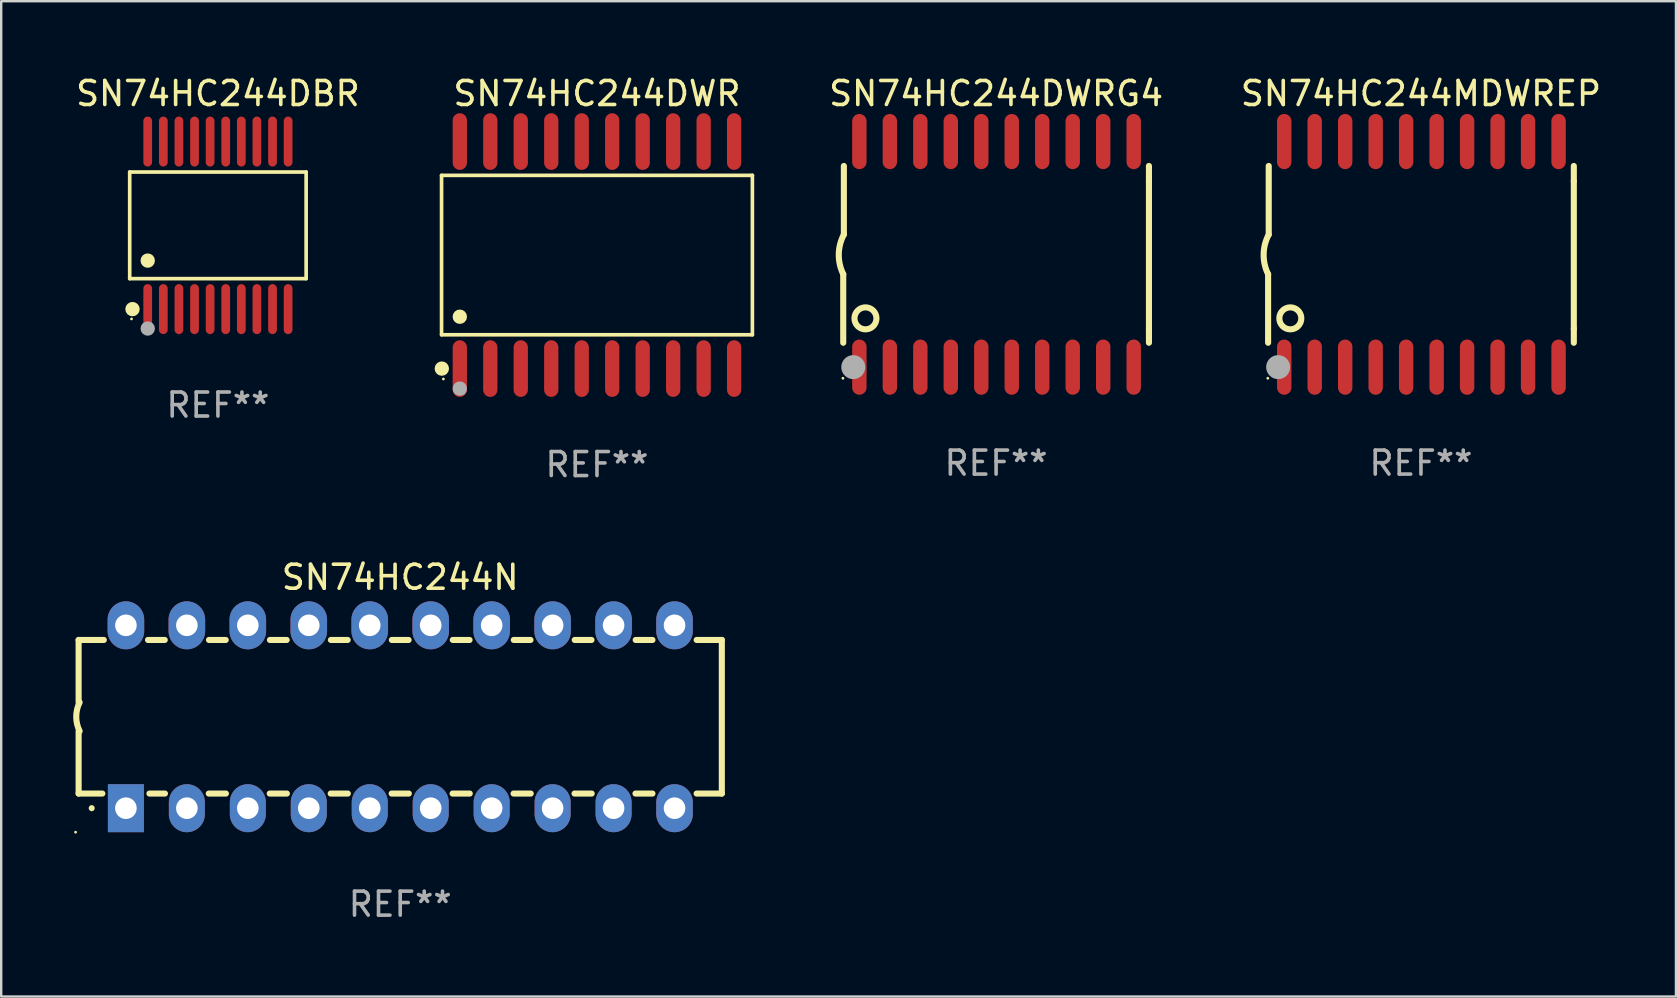
<source format=kicad_pcb>
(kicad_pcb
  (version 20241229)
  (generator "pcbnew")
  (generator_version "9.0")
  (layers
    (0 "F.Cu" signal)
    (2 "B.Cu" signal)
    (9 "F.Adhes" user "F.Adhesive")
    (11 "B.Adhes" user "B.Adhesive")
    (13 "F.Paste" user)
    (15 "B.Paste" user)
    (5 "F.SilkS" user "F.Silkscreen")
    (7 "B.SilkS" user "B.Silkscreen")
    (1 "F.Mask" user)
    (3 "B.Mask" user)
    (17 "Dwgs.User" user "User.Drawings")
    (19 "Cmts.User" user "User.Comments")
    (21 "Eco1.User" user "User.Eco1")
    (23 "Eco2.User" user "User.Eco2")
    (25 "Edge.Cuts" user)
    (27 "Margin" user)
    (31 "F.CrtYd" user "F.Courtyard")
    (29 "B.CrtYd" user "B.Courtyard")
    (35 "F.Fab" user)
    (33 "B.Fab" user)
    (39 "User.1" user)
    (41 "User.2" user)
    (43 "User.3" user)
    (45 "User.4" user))
  (footprint "SN74HC244MDWREP"
    (layer "F.Cu")
    (at 56.157 7.548)
    (property "Reference" "SN74HC244MDWREP" (at 0 -6.7 0) (layer "F.SilkS") (effects (font (size 1 1) (thickness 0.15))))
    (attr through_hole)
    (fp_line (start -6.369 0.826) (end -6.369 3.683) (stroke (width 0.254) (type solid)) (layer "F.SilkS"))
    (fp_line (start -6.343 -0.825) (end -6.343 -3.683) (stroke (width 0.254) (type solid)) (layer "F.SilkS"))
    (fp_line (start 6.369 -3.048) (end 6.369 -3.683) (stroke (width 0.254) (type solid)) (layer "F.SilkS"))
    (fp_line (start 6.369 -3.048) (end 6.369 3.096) (stroke (width 0.254) (type solid)) (layer "F.SilkS"))
    (fp_line (start 6.369 3.096) (end 6.369 3.683) (stroke (width 0.254) (type solid)) (layer "F.SilkS"))
    (fp_arc (start -6.36853 0.825552) (mid -6.554743 -0.00301) (end -6.343129 -0.825451) (stroke (width 0.254001) (type solid)) (layer "F.SilkS"))
    (fp_circle (center -6.382 5.163) (end -6.352 5.163) (stroke (width 0.06) (type solid)) (fill no) (layer "F.SilkS"))
    (fp_circle (center -5.443 2.667) (end -4.985 2.667) (stroke (width 0.254) (type solid)) (fill no) (layer "F.SilkS"))
    (fp_circle (center -5.951 4.699) (end -5.701 4.699) (stroke (width 0.5) (type solid)) (fill no) (layer "F.Fab"))
    (fp_text user "REF**" (at 0 8.7 0) (layer "F.Fab") (effects (font (size 1 1) (thickness 0.15))))
    (pad "1" smd oval (at -5.697 4.7 180) (size 0.6 2.3) (layers "F.Cu" "F.Mask" "F.Paste"))
    (pad "2" smd oval (at -4.427 4.7 180) (size 0.6 2.3) (layers "F.Cu" "F.Mask" "F.Paste"))
    (pad "3" smd oval (at -3.157 4.7 180) (size 0.6 2.3) (layers "F.Cu" "F.Mask" "F.Paste"))
    (pad "4" smd oval (at -1.887 4.7 180) (size 0.6 2.3) (layers "F.Cu" "F.Mask" "F.Paste"))
    (pad "5" smd oval (at -0.617 4.7 180) (size 0.6 2.3) (layers "F.Cu" "F.Mask" "F.Paste"))
    (pad "6" smd oval (at 0.653 4.7 180) (size 0.6 2.3) (layers "F.Cu" "F.Mask" "F.Paste"))
    (pad "7" smd oval (at 1.923 4.7 180) (size 0.6 2.3) (layers "F.Cu" "F.Mask" "F.Paste"))
    (pad "8" smd oval (at 3.193 4.7 180) (size 0.6 2.3) (layers "F.Cu" "F.Mask" "F.Paste"))
    (pad "9" smd oval (at 4.463 4.7 180) (size 0.6 2.3) (layers "F.Cu" "F.Mask" "F.Paste"))
    (pad "10" smd oval (at 5.734 4.7 180) (size 0.6 2.3) (layers "F.Cu" "F.Mask" "F.Paste"))
    (pad "11" smd oval (at 5.734 -4.7 180) (size 0.6 2.3) (layers "F.Cu" "F.Mask" "F.Paste"))
    (pad "12" smd oval (at 4.463 -4.7 180) (size 0.6 2.3) (layers "F.Cu" "F.Mask" "F.Paste"))
    (pad "13" smd oval (at 3.193 -4.7 180) (size 0.6 2.3) (layers "F.Cu" "F.Mask" "F.Paste"))
    (pad "14" smd oval (at 1.923 -4.7 180) (size 0.6 2.3) (layers "F.Cu" "F.Mask" "F.Paste"))
    (pad "15" smd oval (at 0.653 -4.7 180) (size 0.6 2.3) (layers "F.Cu" "F.Mask" "F.Paste"))
    (pad "16" smd oval (at -0.617 -4.7 180) (size 0.6 2.3) (layers "F.Cu" "F.Mask" "F.Paste"))
    (pad "17" smd oval (at -1.887 -4.7 180) (size 0.6 2.3) (layers "F.Cu" "F.Mask" "F.Paste"))
    (pad "18" smd oval (at -3.157 -4.7 180) (size 0.6 2.3) (layers "F.Cu" "F.Mask" "F.Paste"))
    (pad "19" smd oval (at -4.427 -4.7 180) (size 0.6 2.3) (layers "F.Cu" "F.Mask" "F.Paste"))
    (pad "20" smd oval (at -5.697 -4.7 180) (size 0.6 2.3) (layers "F.Cu" "F.Mask" "F.Paste")))
  (footprint "SN74HC244DWR"
    (layer "F.Cu")
    (at 21.824 7.578)
    (property "Reference" "SN74HC244DWR" (at 0 -6.73 0) (layer "F.SilkS") (effects (font (size 1 1) (thickness 0.15))))
    (attr through_hole)
    (fp_line (start -6.476 -3.321) (end 6.476 -3.321) (stroke (width 0.152) (type solid)) (layer "F.SilkS"))
    (fp_line (start -6.476 3.321) (end -6.476 -3.321) (stroke (width 0.152) (type solid)) (layer "F.SilkS"))
    (fp_line (start 6.476 -3.321) (end 6.476 3.321) (stroke (width 0.152) (type solid)) (layer "F.SilkS"))
    (fp_line (start 6.476 3.321) (end -6.476 3.321) (stroke (width 0.152) (type solid)) (layer "F.SilkS"))
    (fp_circle (center -6.465 4.73) (end -6.315 4.73) (stroke (width 0.3) (type solid)) (fill no) (layer "F.SilkS"))
    (fp_circle (center -6.4 5.163) (end -6.37 5.163) (stroke (width 0.06) (type solid)) (fill no) (layer "F.SilkS"))
    (fp_circle (center -5.715 2.569) (end -5.565 2.569) (stroke (width 0.3) (type solid)) (fill no) (layer "F.SilkS"))
    (fp_circle (center -5.715 5.563) (end -5.565 5.563) (stroke (width 0.3) (type solid)) (fill no) (layer "F.Fab"))
    (fp_text user "REF**" (at 0 8.73 0) (layer "F.Fab") (effects (font (size 1 1) (thickness 0.15))))
    (pad "1" smd oval (at -5.715 4.73) (size 0.595 2.36) (layers "F.Cu" "F.Mask" "F.Paste"))
    (pad "2" smd oval (at -4.445 4.73) (size 0.595 2.36) (layers "F.Cu" "F.Mask" "F.Paste"))
    (pad "3" smd oval (at -3.175 4.73) (size 0.595 2.36) (layers "F.Cu" "F.Mask" "F.Paste"))
    (pad "4" smd oval (at -1.905 4.73) (size 0.595 2.36) (layers "F.Cu" "F.Mask" "F.Paste"))
    (pad "5" smd oval (at -0.635 4.73) (size 0.595 2.36) (layers "F.Cu" "F.Mask" "F.Paste"))
    (pad "6" smd oval (at 0.635 4.73) (size 0.595 2.36) (layers "F.Cu" "F.Mask" "F.Paste"))
    (pad "7" smd oval (at 1.905 4.73) (size 0.595 2.36) (layers "F.Cu" "F.Mask" "F.Paste"))
    (pad "8" smd oval (at 3.175 4.73) (size 0.595 2.36) (layers "F.Cu" "F.Mask" "F.Paste"))
    (pad "9" smd oval (at 4.445 4.73) (size 0.595 2.36) (layers "F.Cu" "F.Mask" "F.Paste"))
    (pad "10" smd oval (at 5.715 4.73) (size 0.595 2.36) (layers "F.Cu" "F.Mask" "F.Paste"))
    (pad "11" smd oval (at 5.715 -4.73) (size 0.595 2.36) (layers "F.Cu" "F.Mask" "F.Paste"))
    (pad "12" smd oval (at 4.445 -4.73) (size 0.595 2.36) (layers "F.Cu" "F.Mask" "F.Paste"))
    (pad "13" smd oval (at 3.175 -4.73) (size 0.595 2.36) (layers "F.Cu" "F.Mask" "F.Paste"))
    (pad "14" smd oval (at 1.905 -4.73) (size 0.595 2.36) (layers "F.Cu" "F.Mask" "F.Paste"))
    (pad "15" smd oval (at 0.635 -4.73) (size 0.595 2.36) (layers "F.Cu" "F.Mask" "F.Paste"))
    (pad "16" smd oval (at -0.635 -4.73) (size 0.595 2.36) (layers "F.Cu" "F.Mask" "F.Paste"))
    (pad "17" smd oval (at -1.905 -4.73) (size 0.595 2.36) (layers "F.Cu" "F.Mask" "F.Paste"))
    (pad "18" smd oval (at -3.175 -4.73) (size 0.595 2.36) (layers "F.Cu" "F.Mask" "F.Paste"))
    (pad "19" smd oval (at -4.445 -4.73) (size 0.595 2.36) (layers "F.Cu" "F.Mask" "F.Paste"))
    (pad "20" smd oval (at -5.715 -4.73) (size 0.595 2.36) (layers "F.Cu" "F.Mask" "F.Paste")))
  (footprint "SN74HC244DWRG4"
    (layer "F.Cu")
    (at 38.454 7.548)
    (property "Reference" "SN74HC244DWRG4" (at 0 -6.7 0) (layer "F.SilkS") (effects (font (size 1 1) (thickness 0.15))))
    (attr through_hole)
    (fp_line (start -6.369 0.826) (end -6.369 3.683) (stroke (width 0.254) (type solid)) (layer "F.SilkS"))
    (fp_line (start -6.343 -0.825) (end -6.343 -3.683) (stroke (width 0.254) (type solid)) (layer "F.SilkS"))
    (fp_line (start 6.369 -3.048) (end 6.369 -3.683) (stroke (width 0.254) (type solid)) (layer "F.SilkS"))
    (fp_line (start 6.369 -3.048) (end 6.369 3.096) (stroke (width 0.254) (type solid)) (layer "F.SilkS"))
    (fp_line (start 6.369 3.096) (end 6.369 3.683) (stroke (width 0.254) (type solid)) (layer "F.SilkS"))
    (fp_arc (start -6.36853 0.825552) (mid -6.554743 -0.00301) (end -6.343129 -0.825451) (stroke (width 0.254001) (type solid)) (layer "F.SilkS"))
    (fp_circle (center -6.382 5.163) (end -6.352 5.163) (stroke (width 0.06) (type solid)) (fill no) (layer "F.SilkS"))
    (fp_circle (center -5.443 2.667) (end -4.985 2.667) (stroke (width 0.254) (type solid)) (fill no) (layer "F.SilkS"))
    (fp_circle (center -5.951 4.699) (end -5.701 4.699) (stroke (width 0.5) (type solid)) (fill no) (layer "F.Fab"))
    (fp_text user "REF**" (at 0 8.7 0) (layer "F.Fab") (effects (font (size 1 1) (thickness 0.15))))
    (pad "1" smd oval (at -5.697 4.7 180) (size 0.6 2.3) (layers "F.Cu" "F.Mask" "F.Paste"))
    (pad "2" smd oval (at -4.427 4.7 180) (size 0.6 2.3) (layers "F.Cu" "F.Mask" "F.Paste"))
    (pad "3" smd oval (at -3.157 4.7 180) (size 0.6 2.3) (layers "F.Cu" "F.Mask" "F.Paste"))
    (pad "4" smd oval (at -1.887 4.7 180) (size 0.6 2.3) (layers "F.Cu" "F.Mask" "F.Paste"))
    (pad "5" smd oval (at -0.617 4.7 180) (size 0.6 2.3) (layers "F.Cu" "F.Mask" "F.Paste"))
    (pad "6" smd oval (at 0.653 4.7 180) (size 0.6 2.3) (layers "F.Cu" "F.Mask" "F.Paste"))
    (pad "7" smd oval (at 1.923 4.7 180) (size 0.6 2.3) (layers "F.Cu" "F.Mask" "F.Paste"))
    (pad "8" smd oval (at 3.193 4.7 180) (size 0.6 2.3) (layers "F.Cu" "F.Mask" "F.Paste"))
    (pad "9" smd oval (at 4.463 4.7 180) (size 0.6 2.3) (layers "F.Cu" "F.Mask" "F.Paste"))
    (pad "10" smd oval (at 5.734 4.7 180) (size 0.6 2.3) (layers "F.Cu" "F.Mask" "F.Paste"))
    (pad "11" smd oval (at 5.734 -4.7 180) (size 0.6 2.3) (layers "F.Cu" "F.Mask" "F.Paste"))
    (pad "12" smd oval (at 4.463 -4.7 180) (size 0.6 2.3) (layers "F.Cu" "F.Mask" "F.Paste"))
    (pad "13" smd oval (at 3.193 -4.7 180) (size 0.6 2.3) (layers "F.Cu" "F.Mask" "F.Paste"))
    (pad "14" smd oval (at 1.923 -4.7 180) (size 0.6 2.3) (layers "F.Cu" "F.Mask" "F.Paste"))
    (pad "15" smd oval (at 0.653 -4.7 180) (size 0.6 2.3) (layers "F.Cu" "F.Mask" "F.Paste"))
    (pad "16" smd oval (at -0.617 -4.7 180) (size 0.6 2.3) (layers "F.Cu" "F.Mask" "F.Paste"))
    (pad "17" smd oval (at -1.887 -4.7 180) (size 0.6 2.3) (layers "F.Cu" "F.Mask" "F.Paste"))
    (pad "18" smd oval (at -3.157 -4.7 180) (size 0.6 2.3) (layers "F.Cu" "F.Mask" "F.Paste"))
    (pad "19" smd oval (at -4.427 -4.7 180) (size 0.6 2.3) (layers "F.Cu" "F.Mask" "F.Paste"))
    (pad "20" smd oval (at -5.697 -4.7 180) (size 0.6 2.3) (layers "F.Cu" "F.Mask" "F.Paste")))
  (footprint "SN74HC244DBR"
    (layer "F.Cu")
    (at 6.03 6.339)
    (property "Reference" "SN74HC244DBR" (at 0 -5.491 0) (layer "F.SilkS") (effects (font (size 1 1) (thickness 0.15))))
    (attr through_hole)
    (fp_line (start -3.676 -2.221) (end 3.676 -2.221) (stroke (width 0.152) (type solid)) (layer "F.SilkS"))
    (fp_line (start -3.676 2.221) (end -3.676 -2.221) (stroke (width 0.152) (type solid)) (layer "F.SilkS"))
    (fp_line (start 3.676 -2.221) (end 3.676 2.221) (stroke (width 0.152) (type solid)) (layer "F.SilkS"))
    (fp_line (start 3.676 2.221) (end -3.676 2.221) (stroke (width 0.152) (type solid)) (layer "F.SilkS"))
    (fp_circle (center -3.6 3.9) (end -3.57 3.9) (stroke (width 0.06) (type solid)) (fill no) (layer "F.SilkS"))
    (fp_circle (center -3.559 3.491) (end -3.409 3.491) (stroke (width 0.3) (type solid)) (fill no) (layer "F.SilkS"))
    (fp_circle (center -2.925 1.469) (end -2.775 1.469) (stroke (width 0.3) (type solid)) (fill no) (layer "F.SilkS"))
    (fp_circle (center -2.925 4.3) (end -2.775 4.3) (stroke (width 0.3) (type solid)) (fill no) (layer "F.Fab"))
    (fp_text user "REF**" (at 0 7.491 0) (layer "F.Fab") (effects (font (size 1 1) (thickness 0.15))))
    (pad "1" smd oval (at -2.925 3.491) (size 0.364 2.082) (layers "F.Cu" "F.Mask" "F.Paste"))
    (pad "2" smd oval (at -2.275 3.491) (size 0.364 2.082) (layers "F.Cu" "F.Mask" "F.Paste"))
    (pad "3" smd oval (at -1.625 3.491) (size 0.364 2.082) (layers "F.Cu" "F.Mask" "F.Paste"))
    (pad "4" smd oval (at -0.975 3.491) (size 0.364 2.082) (layers "F.Cu" "F.Mask" "F.Paste"))
    (pad "5" smd oval (at -0.325 3.491) (size 0.364 2.082) (layers "F.Cu" "F.Mask" "F.Paste"))
    (pad "6" smd oval (at 0.325 3.491) (size 0.364 2.082) (layers "F.Cu" "F.Mask" "F.Paste"))
    (pad "7" smd oval (at 0.975 3.491) (size 0.364 2.082) (layers "F.Cu" "F.Mask" "F.Paste"))
    (pad "8" smd oval (at 1.625 3.491) (size 0.364 2.082) (layers "F.Cu" "F.Mask" "F.Paste"))
    (pad "9" smd oval (at 2.275 3.491) (size 0.364 2.082) (layers "F.Cu" "F.Mask" "F.Paste"))
    (pad "10" smd oval (at 2.925 3.491) (size 0.364 2.082) (layers "F.Cu" "F.Mask" "F.Paste"))
    (pad "11" smd oval (at 2.925 -3.491) (size 0.364 2.082) (layers "F.Cu" "F.Mask" "F.Paste"))
    (pad "12" smd oval (at 2.275 -3.491) (size 0.364 2.082) (layers "F.Cu" "F.Mask" "F.Paste"))
    (pad "13" smd oval (at 1.625 -3.491) (size 0.364 2.082) (layers "F.Cu" "F.Mask" "F.Paste"))
    (pad "14" smd oval (at 0.975 -3.491) (size 0.364 2.082) (layers "F.Cu" "F.Mask" "F.Paste"))
    (pad "15" smd oval (at 0.325 -3.491) (size 0.364 2.082) (layers "F.Cu" "F.Mask" "F.Paste"))
    (pad "16" smd oval (at -0.325 -3.491) (size 0.364 2.082) (layers "F.Cu" "F.Mask" "F.Paste"))
    (pad "17" smd oval (at -0.975 -3.491) (size 0.364 2.082) (layers "F.Cu" "F.Mask" "F.Paste"))
    (pad "18" smd oval (at -1.625 -3.491) (size 0.364 2.082) (layers "F.Cu" "F.Mask" "F.Paste"))
    (pad "19" smd oval (at -2.275 -3.491) (size 0.364 2.082) (layers "F.Cu" "F.Mask" "F.Paste"))
    (pad "20" smd oval (at -2.925 -3.491) (size 0.364 2.082) (layers "F.Cu" "F.Mask" "F.Paste")))
  (footprint "SN74HC244N"
    (layer "F.Cu")
    (at 13.626 26.815)
    (property "Reference" "SN74HC244N" (at 0 -5.81 0) (layer "F.SilkS") (effects (font (size 1 1) (thickness 0.15))))
    (attr through_hole)
    (fp_line (start -13.4 -3.2) (end -12.351 -3.2) (stroke (width 0.254) (type solid)) (layer "F.SilkS"))
    (fp_line (start -13.4 -0.6) (end -13.4 -3.2) (stroke (width 0.254) (type solid)) (layer "F.SilkS"))
    (fp_line (start -13.4 3.2) (end -13.4 0.6) (stroke (width 0.254) (type solid)) (layer "F.SilkS"))
    (fp_line (start -13.4 3.2) (end -12.411 3.2) (stroke (width 0.254) (type solid)) (layer "F.SilkS"))
    (fp_line (start -10.509 -3.2) (end -9.811 -3.2) (stroke (width 0.254) (type solid)) (layer "F.SilkS"))
    (fp_line (start -10.449 3.2) (end -9.803 3.2) (stroke (width 0.254) (type solid)) (layer "F.SilkS"))
    (fp_line (start -7.977 3.2) (end -7.263 3.2) (stroke (width 0.254) (type solid)) (layer "F.SilkS"))
    (fp_line (start -7.969 -3.2) (end -7.271 -3.2) (stroke (width 0.254) (type solid)) (layer "F.SilkS"))
    (fp_line (start -5.437 3.2) (end -4.723 3.2) (stroke (width 0.254) (type solid)) (layer "F.SilkS"))
    (fp_line (start -5.429 -3.2) (end -4.731 -3.2) (stroke (width 0.254) (type solid)) (layer "F.SilkS"))
    (fp_line (start -2.897 3.2) (end -2.183 3.2) (stroke (width 0.254) (type solid)) (layer "F.SilkS"))
    (fp_line (start -2.889 -3.2) (end -2.191 -3.2) (stroke (width 0.254) (type solid)) (layer "F.SilkS"))
    (fp_line (start -0.357 3.2) (end 0.357 3.2) (stroke (width 0.254) (type solid)) (layer "F.SilkS"))
    (fp_line (start -0.349 -3.2) (end 0.349 -3.2) (stroke (width 0.254) (type solid)) (layer "F.SilkS"))
    (fp_line (start 2.183 3.2) (end 2.897 3.2) (stroke (width 0.254) (type solid)) (layer "F.SilkS"))
    (fp_line (start 2.191 -3.2) (end 2.889 -3.2) (stroke (width 0.254) (type solid)) (layer "F.SilkS"))
    (fp_line (start 4.723 3.2) (end 5.437 3.2) (stroke (width 0.254) (type solid)) (layer "F.SilkS"))
    (fp_line (start 4.731 -3.2) (end 5.429 -3.2) (stroke (width 0.254) (type solid)) (layer "F.SilkS"))
    (fp_line (start 7.263 3.2) (end 7.977 3.2) (stroke (width 0.254) (type solid)) (layer "F.SilkS"))
    (fp_line (start 7.271 -3.2) (end 7.969 -3.2) (stroke (width 0.254) (type solid)) (layer "F.SilkS"))
    (fp_line (start 9.803 3.2) (end 10.509 3.2) (stroke (width 0.254) (type solid)) (layer "F.SilkS"))
    (fp_line (start 9.811 -3.2) (end 10.509 -3.2) (stroke (width 0.254) (type solid)) (layer "F.SilkS"))
    (fp_line (start 12.351 -3.2) (end 13.4 -3.2) (stroke (width 0.254) (type solid)) (layer "F.SilkS"))
    (fp_line (start 12.351 3.2) (end 13.4 3.2) (stroke (width 0.254) (type solid)) (layer "F.SilkS"))
    (fp_line (start 13.4 -3.2) (end 13.4 3.2) (stroke (width 0.254) (type solid)) (layer "F.SilkS"))
    (fp_arc (start -13.357557 0.599721) (mid -13.499295 0.000123) (end -13.358598 -0.599721) (stroke (width 0.254001) (type solid)) (layer "F.SilkS"))
    (fp_arc (start -12.854966 3.810008) (mid -12.854973 3.808738) (end -12.854966 3.807468) (stroke (width 0.25) (type solid)) (layer "F.SilkS"))
    (fp_circle (center -13.527 4.81) (end -13.497 4.81) (stroke (width 0.06) (type solid)) (fill no) (layer "F.SilkS"))
    (fp_text user "REF**" (at 0 7.81 0) (layer "F.Fab") (effects (font (size 1 1) (thickness 0.15))))
    (pad "1" thru_hole rect (at -11.43 3.81 90) (size 2 1.5) (drill 0.9) (layers "*.Cu" "*.Mask"))
    (pad "2" thru_hole oval (at -8.89 3.81 90) (size 2 1.5) (drill 0.9) (layers "*.Cu" "*.Mask"))
    (pad "3" thru_hole oval (at -6.35 3.81 90) (size 2 1.5) (drill 0.9) (layers "*.Cu" "*.Mask"))
    (pad "4" thru_hole oval (at -3.81 3.81 90) (size 2 1.5) (drill 0.9) (layers "*.Cu" "*.Mask"))
    (pad "5" thru_hole oval (at -1.27 3.81 90) (size 2 1.5) (drill 0.9) (layers "*.Cu" "*.Mask"))
    (pad "6" thru_hole oval (at 1.27 3.81 90) (size 2 1.5) (drill 0.9) (layers "*.Cu" "*.Mask"))
    (pad "7" thru_hole oval (at 3.81 3.81 90) (size 2 1.5) (drill 0.9) (layers "*.Cu" "*.Mask"))
    (pad "8" thru_hole oval (at 6.35 3.81 90) (size 2 1.5) (drill 0.9) (layers "*.Cu" "*.Mask"))
    (pad "9" thru_hole oval (at 8.89 3.81 90) (size 2 1.5) (drill 0.9) (layers "*.Cu" "*.Mask"))
    (pad "10" thru_hole oval (at 11.43 3.81 90) (size 2 1.524) (drill 0.9) (layers "*.Cu" "*.Mask"))
    (pad "11" thru_hole oval (at 11.43 -3.81 90) (size 2 1.524) (drill 0.9) (layers "*.Cu" "*.Mask"))
    (pad "12" thru_hole oval (at 8.89 -3.81 90) (size 2 1.524) (drill 0.9) (layers "*.Cu" "*.Mask"))
    (pad "13" thru_hole oval (at 6.35 -3.81 90) (size 2 1.524) (drill 0.9) (layers "*.Cu" "*.Mask"))
    (pad "14" thru_hole oval (at 3.81 -3.81 90) (size 2 1.524) (drill 0.9) (layers "*.Cu" "*.Mask"))
    (pad "15" thru_hole oval (at 1.27 -3.81 90) (size 2 1.524) (drill 0.9) (layers "*.Cu" "*.Mask"))
    (pad "16" thru_hole oval (at -1.27 -3.81 90) (size 2 1.524) (drill 0.9) (layers "*.Cu" "*.Mask"))
    (pad "17" thru_hole oval (at -3.81 -3.81 90) (size 2 1.524) (drill 0.9) (layers "*.Cu" "*.Mask"))
    (pad "18" thru_hole oval (at -6.35 -3.81 90) (size 2 1.524) (drill 0.9) (layers "*.Cu" "*.Mask"))
    (pad "19" thru_hole oval (at -8.89 -3.81 90) (size 2 1.524) (drill 0.9) (layers "*.Cu" "*.Mask"))
    (pad "20" thru_hole oval (at -11.43 -3.81 90) (size 2 1.524) (drill 0.9) (layers "*.Cu" "*.Mask")))
  (gr_rect
    (start -3 -3)
    (end 66.782 38.473)
    (stroke (width 0.1) (type default))
    (fill no)
    (layer "Edge.Cuts")))
</source>
